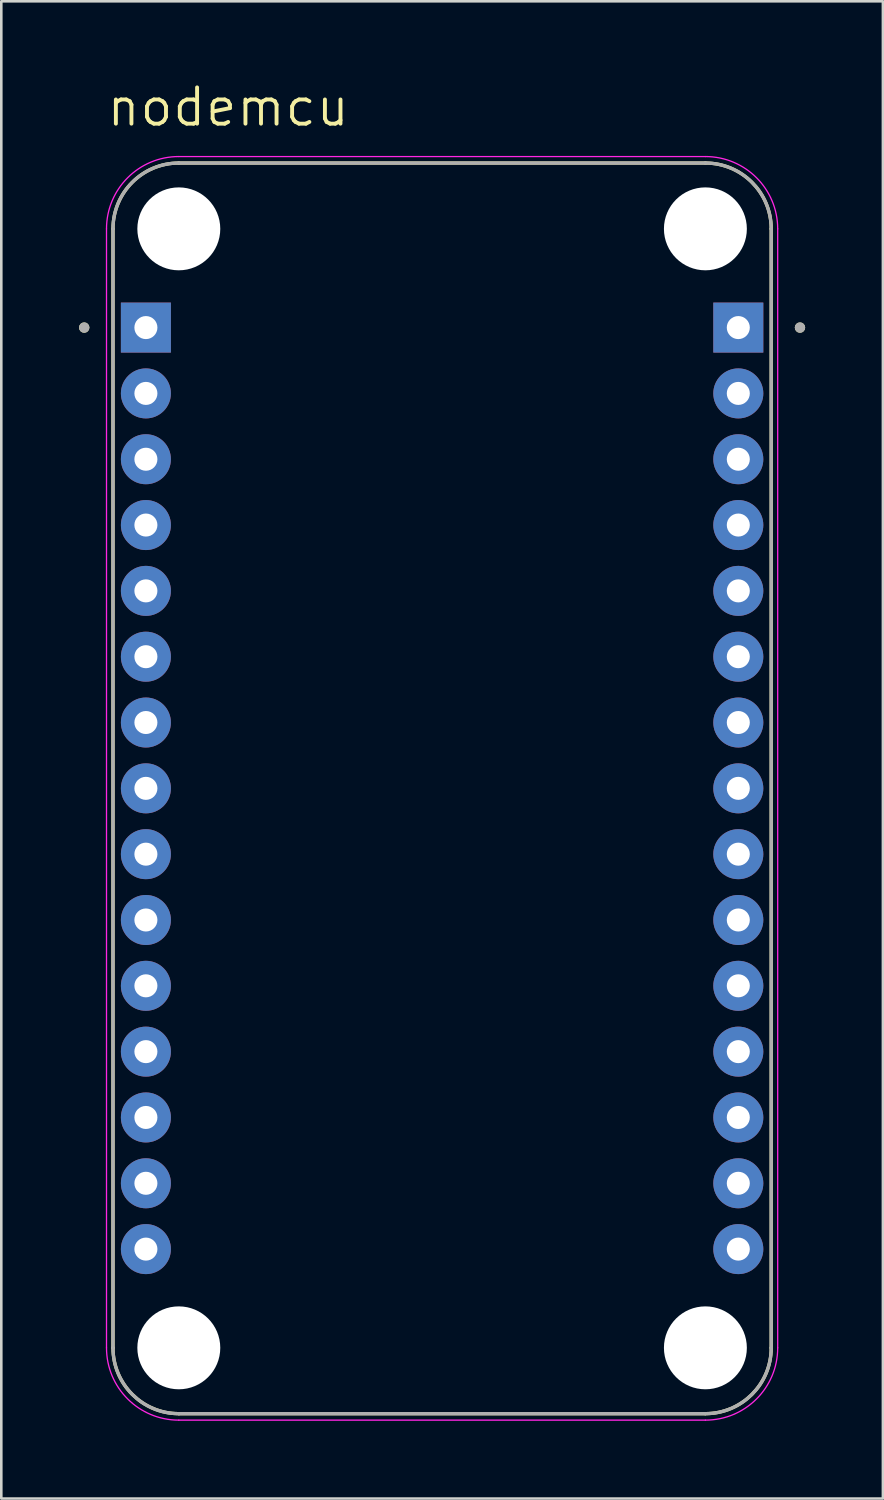
<source format=kicad_pcb>
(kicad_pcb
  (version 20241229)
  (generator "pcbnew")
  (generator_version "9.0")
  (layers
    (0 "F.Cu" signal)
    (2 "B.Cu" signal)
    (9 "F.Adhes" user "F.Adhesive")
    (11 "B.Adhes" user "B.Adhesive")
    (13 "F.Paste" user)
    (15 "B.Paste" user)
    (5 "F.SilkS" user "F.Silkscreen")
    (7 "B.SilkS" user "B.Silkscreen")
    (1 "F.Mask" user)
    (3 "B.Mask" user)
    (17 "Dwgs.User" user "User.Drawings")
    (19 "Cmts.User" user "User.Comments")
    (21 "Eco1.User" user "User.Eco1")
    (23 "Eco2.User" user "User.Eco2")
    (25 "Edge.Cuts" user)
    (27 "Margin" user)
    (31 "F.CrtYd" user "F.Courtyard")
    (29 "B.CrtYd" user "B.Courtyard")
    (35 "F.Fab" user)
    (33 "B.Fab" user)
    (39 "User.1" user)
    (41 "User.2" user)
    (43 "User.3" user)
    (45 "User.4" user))
  (footprint "nodemcu"
    (layer "F.Cu")
    (at 14.01 27.371)
    (property "Reference" "nodemcu" (at -8.255 -26.289 0) (layer "F.SilkS") (effects (font (size 1.4 1.4) (thickness 0.15))))
    (attr through_hole)
    (fp_line (start -12.7 21.59) (end -12.7 -21.59) (stroke (width 0.127) (type solid)) (layer "F.SilkS"))
    (fp_line (start -10.16 -24.13) (end 10.16 -24.13) (stroke (width 0.127) (type solid)) (layer "F.SilkS"))
    (fp_line (start 10.16 24.13) (end -10.16 24.13) (stroke (width 0.127) (type solid)) (layer "F.SilkS"))
    (fp_line (start 12.7 -21.59) (end 12.7 21.59) (stroke (width 0.127) (type solid)) (layer "F.SilkS"))
    (fp_arc (start -12.7 -21.59) (mid -11.956051 -23.386051) (end -10.16 -24.13) (stroke (width 0.127) (type solid)) (layer "F.SilkS"))
    (fp_arc (start -10.16 24.13) (mid -11.956051 23.386051) (end -12.7 21.59) (stroke (width 0.127) (type solid)) (layer "F.SilkS"))
    (fp_arc (start 10.16 -24.13) (mid 11.956051 -23.386051) (end 12.7 -21.59) (stroke (width 0.127) (type solid)) (layer "F.SilkS"))
    (fp_arc (start 12.7 21.59) (mid 11.956051 23.386051) (end 10.16 24.13) (stroke (width 0.127) (type solid)) (layer "F.SilkS"))
    (fp_circle (center -13.81 -17.78) (end -13.71 -17.78) (stroke (width 0.2) (type solid)) (fill no) (layer "F.SilkS"))
    (fp_circle (center 13.81 -17.78) (end 13.91 -17.78) (stroke (width 0.2) (type solid)) (fill no) (layer "F.SilkS"))
    (fp_line (start -12.95 21.59) (end -12.95 -21.59) (stroke (width 0.05) (type solid)) (layer "F.CrtYd"))
    (fp_line (start -10.16 -24.38) (end 10.16 -24.38) (stroke (width 0.05) (type solid)) (layer "F.CrtYd"))
    (fp_line (start 10.16 24.38) (end -10.16 24.38) (stroke (width 0.05) (type solid)) (layer "F.CrtYd"))
    (fp_line (start 12.95 -21.59) (end 12.95 21.59) (stroke (width 0.05) (type solid)) (layer "F.CrtYd"))
    (fp_arc (start -12.95 -21.59) (mid -12.132828 -23.562828) (end -10.16 -24.38) (stroke (width 0.05) (type solid)) (layer "F.CrtYd"))
    (fp_arc (start -10.16 24.38) (mid -12.132828 23.562828) (end -12.95 21.59) (stroke (width 0.05) (type solid)) (layer "F.CrtYd"))
    (fp_arc (start 10.16 -24.38) (mid 12.132828 -23.562828) (end 12.95 -21.59) (stroke (width 0.05) (type solid)) (layer "F.CrtYd"))
    (fp_arc (start 12.95 21.59) (mid 12.132828 23.562828) (end 10.16 24.38) (stroke (width 0.05) (type solid)) (layer "F.CrtYd"))
    (fp_line (start -12.7 21.59) (end -12.7 -21.59) (stroke (width 0.127) (type solid)) (layer "F.Fab"))
    (fp_line (start -10.16 -24.13) (end 10.16 -24.13) (stroke (width 0.127) (type solid)) (layer "F.Fab"))
    (fp_line (start 10.16 24.13) (end -10.16 24.13) (stroke (width 0.127) (type solid)) (layer "F.Fab"))
    (fp_line (start 12.7 -21.59) (end 12.7 21.59) (stroke (width 0.127) (type solid)) (layer "F.Fab"))
    (fp_arc (start -12.7 -21.59) (mid -11.956051 -23.386051) (end -10.16 -24.13) (stroke (width 0.127) (type solid)) (layer "F.Fab"))
    (fp_arc (start -10.16 24.13) (mid -11.956051 23.386051) (end -12.7 21.59) (stroke (width 0.127) (type solid)) (layer "F.Fab"))
    (fp_arc (start 10.16 -24.13) (mid 11.956051 -23.386051) (end 12.7 -21.59) (stroke (width 0.127) (type solid)) (layer "F.Fab"))
    (fp_arc (start 12.7 21.59) (mid 11.956051 23.386051) (end 10.16 24.13) (stroke (width 0.127) (type solid)) (layer "F.Fab"))
    (fp_circle (center -13.81 -17.78) (end -13.71 -17.78) (stroke (width 0.2) (type solid)) (fill no) (layer "F.Fab"))
    (fp_circle (center 13.81 -17.78) (end 13.91 -17.78) (stroke (width 0.2) (type solid)) (fill no) (layer "F.Fab"))
    (pad "" np_thru_hole circle (at -10.16 -21.59) (size 3.2 3.2) (drill 3.2) (layers "*.Cu" "*.Mask"))
    (pad "" np_thru_hole circle (at -10.16 21.59) (size 3.2 3.2) (drill 3.2) (layers "*.Cu" "*.Mask"))
    (pad "" np_thru_hole circle (at 10.16 -21.59) (size 3.2 3.2) (drill 3.2) (layers "*.Cu" "*.Mask"))
    (pad "" np_thru_hole circle (at 10.16 21.59) (size 3.2 3.2) (drill 3.2) (layers "*.Cu" "*.Mask"))
    (pad "J1_1" thru_hole rect (at -11.43 -17.78) (size 1.93 1.93) (drill 0.889) (layers "*.Cu" "*.Mask"))
    (pad "J1_2" thru_hole circle (at -11.43 -15.24) (size 1.93 1.93) (drill 0.889) (layers "*.Cu" "*.Mask"))
    (pad "J1_3" thru_hole circle (at -11.43 -12.7) (size 1.93 1.93) (drill 0.889) (layers "*.Cu" "*.Mask"))
    (pad "J1_4" thru_hole circle (at -11.43 -10.16) (size 1.93 1.93) (drill 0.889) (layers "*.Cu" "*.Mask"))
    (pad "J1_5" thru_hole circle (at -11.43 -7.62) (size 1.93 1.93) (drill 0.889) (layers "*.Cu" "*.Mask"))
    (pad "J1_6" thru_hole circle (at -11.43 -5.08) (size 1.93 1.93) (drill 0.889) (layers "*.Cu" "*.Mask"))
    (pad "J1_7" thru_hole circle (at -11.43 -2.54) (size 1.93 1.93) (drill 0.889) (layers "*.Cu" "*.Mask"))
    (pad "J1_8" thru_hole circle (at -11.43 0) (size 1.93 1.93) (drill 0.889) (layers "*.Cu" "*.Mask"))
    (pad "J1_9" thru_hole circle (at -11.43 2.54) (size 1.93 1.93) (drill 0.889) (layers "*.Cu" "*.Mask"))
    (pad "J1_10" thru_hole circle (at -11.43 5.08) (size 1.93 1.93) (drill 0.889) (layers "*.Cu" "*.Mask"))
    (pad "J1_11" thru_hole circle (at -11.43 7.62) (size 1.93 1.93) (drill 0.889) (layers "*.Cu" "*.Mask"))
    (pad "J1_12" thru_hole circle (at -11.43 10.16) (size 1.93 1.93) (drill 0.889) (layers "*.Cu" "*.Mask"))
    (pad "J1_13" thru_hole circle (at -11.43 12.7) (size 1.93 1.93) (drill 0.889) (layers "*.Cu" "*.Mask"))
    (pad "J1_14" thru_hole circle (at -11.43 15.24) (size 1.93 1.93) (drill 0.889) (layers "*.Cu" "*.Mask"))
    (pad "J1_15" thru_hole circle (at -11.43 17.78) (size 1.93 1.93) (drill 0.889) (layers "*.Cu" "*.Mask"))
    (pad "J2_1" thru_hole rect (at 11.43 -17.78) (size 1.93 1.93) (drill 0.889) (layers "*.Cu" "*.Mask"))
    (pad "J2_2" thru_hole circle (at 11.43 -15.24) (size 1.93 1.93) (drill 0.889) (layers "*.Cu" "*.Mask"))
    (pad "J2_3" thru_hole circle (at 11.43 -12.7) (size 1.93 1.93) (drill 0.889) (layers "*.Cu" "*.Mask"))
    (pad "J2_4" thru_hole circle (at 11.43 -10.16) (size 1.93 1.93) (drill 0.889) (layers "*.Cu" "*.Mask"))
    (pad "J2_5" thru_hole circle (at 11.43 -7.62) (size 1.93 1.93) (drill 0.889) (layers "*.Cu" "*.Mask"))
    (pad "J2_6" thru_hole circle (at 11.43 -5.08) (size 1.93 1.93) (drill 0.889) (layers "*.Cu" "*.Mask"))
    (pad "J2_7" thru_hole circle (at 11.43 -2.54) (size 1.93 1.93) (drill 0.889) (layers "*.Cu" "*.Mask"))
    (pad "J2_8" thru_hole circle (at 11.43 0) (size 1.93 1.93) (drill 0.889) (layers "*.Cu" "*.Mask"))
    (pad "J2_9" thru_hole circle (at 11.43 2.54) (size 1.93 1.93) (drill 0.889) (layers "*.Cu" "*.Mask"))
    (pad "J2_10" thru_hole circle (at 11.43 5.08) (size 1.93 1.93) (drill 0.889) (layers "*.Cu" "*.Mask"))
    (pad "J2_11" thru_hole circle (at 11.43 7.62) (size 1.93 1.93) (drill 0.889) (layers "*.Cu" "*.Mask"))
    (pad "J2_12" thru_hole circle (at 11.43 10.16) (size 1.93 1.93) (drill 0.889) (layers "*.Cu" "*.Mask"))
    (pad "J2_13" thru_hole circle (at 11.43 12.7) (size 1.93 1.93) (drill 0.889) (layers "*.Cu" "*.Mask"))
    (pad "J2_14" thru_hole circle (at 11.43 15.24) (size 1.93 1.93) (drill 0.889) (layers "*.Cu" "*.Mask"))
    (pad "J2_15" thru_hole circle (at 11.43 17.78) (size 1.93 1.93) (drill 0.889) (layers "*.Cu" "*.Mask")))
  (gr_rect
    (start -3 -3)
    (end 31.02 54.776)
    (stroke (width 0.1) (type default))
    (fill no)
    (layer "Edge.Cuts")))
</source>
